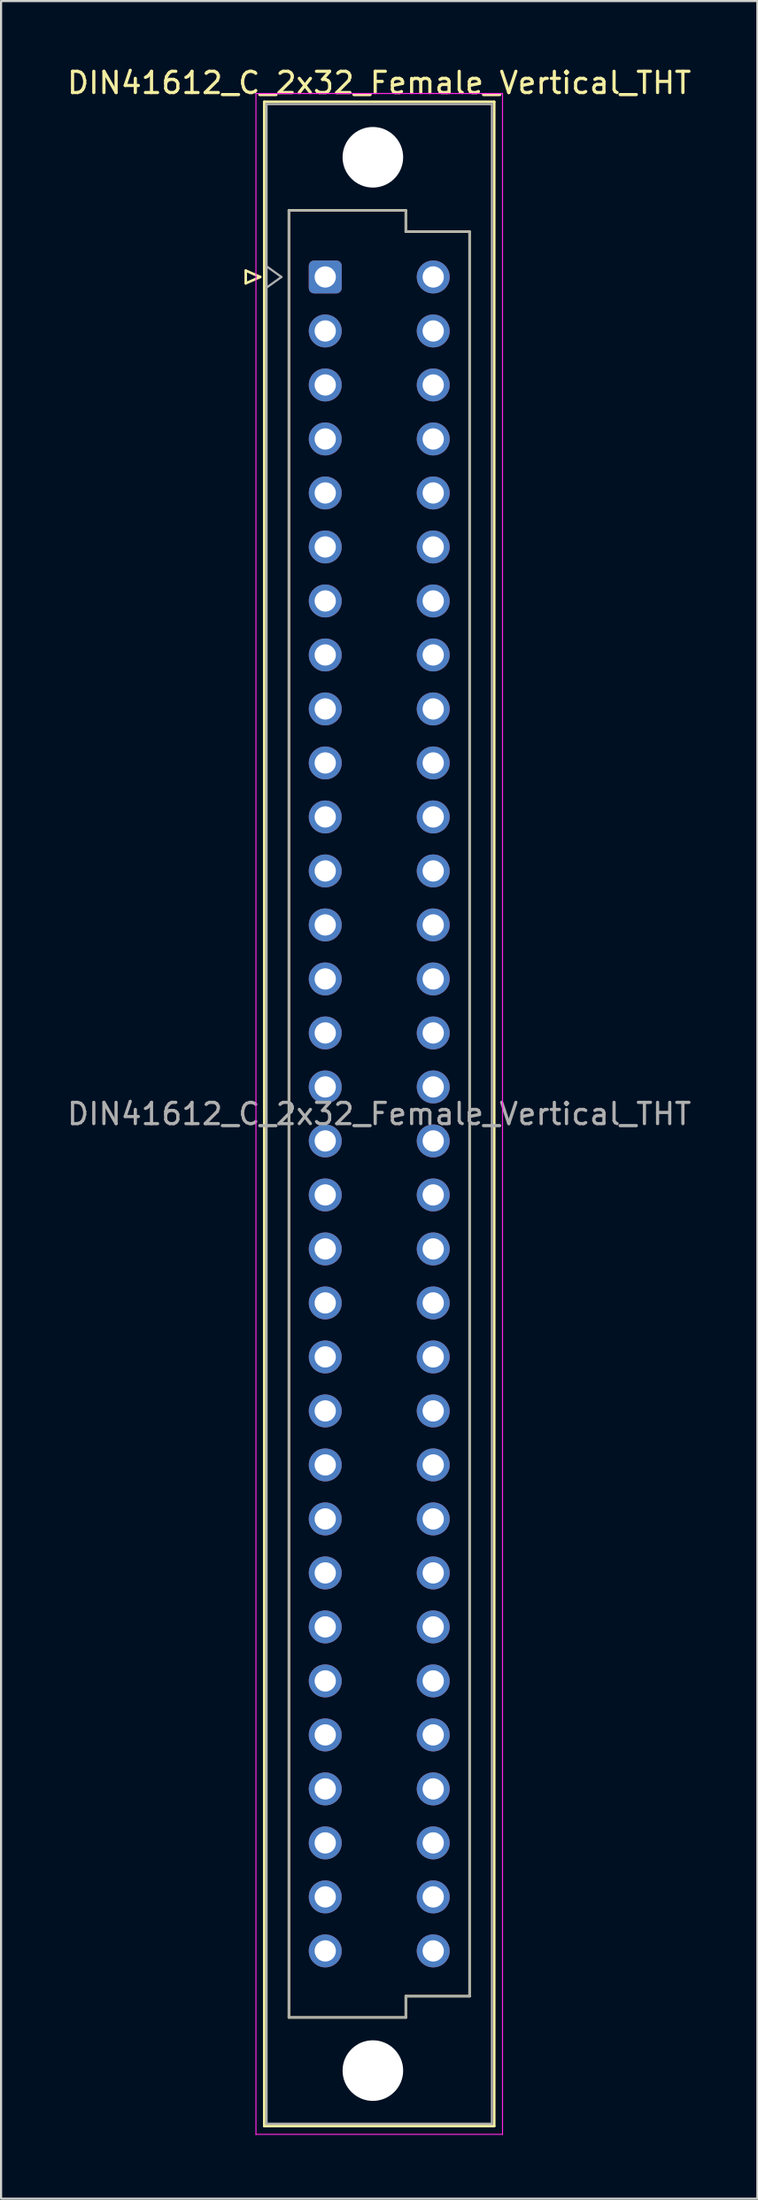
<source format=kicad_pcb>
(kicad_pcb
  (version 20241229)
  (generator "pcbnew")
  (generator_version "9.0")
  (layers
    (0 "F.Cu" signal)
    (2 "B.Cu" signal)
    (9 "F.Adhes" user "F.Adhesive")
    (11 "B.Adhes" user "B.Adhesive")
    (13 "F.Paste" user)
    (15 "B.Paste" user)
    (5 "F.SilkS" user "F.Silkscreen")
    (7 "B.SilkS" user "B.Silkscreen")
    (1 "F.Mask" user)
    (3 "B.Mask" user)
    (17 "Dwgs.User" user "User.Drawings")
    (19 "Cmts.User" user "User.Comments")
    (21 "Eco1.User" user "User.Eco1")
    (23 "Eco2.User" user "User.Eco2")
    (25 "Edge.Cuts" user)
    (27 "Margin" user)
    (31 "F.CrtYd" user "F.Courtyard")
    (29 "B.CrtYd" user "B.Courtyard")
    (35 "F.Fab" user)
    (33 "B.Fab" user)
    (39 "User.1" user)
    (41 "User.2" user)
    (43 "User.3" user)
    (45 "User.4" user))
  (footprint "DIN41612_C_2x32_Female_Vertical_THT"
    (layer "F.Cu")
    (at 12.252 9.978)
    (property "Reference" "DIN41612_C_2x32_Female_Vertical_THT" (at 2.54 -9.13 0) (layer "F.SilkS") (effects (font (size 1 1) (thickness 0.15))))
    (attr through_hole)
    (fp_line (start -3.74 -0.3) (end -3.74 0.3) (stroke (width 0.12) (type solid)) (layer "F.SilkS"))
    (fp_line (start -3.74 0.3) (end -3.06 0) (stroke (width 0.12) (type solid)) (layer "F.SilkS"))
    (fp_line (start -3.06 0) (end -3.74 -0.3) (stroke (width 0.12) (type solid)) (layer "F.SilkS"))
    (fp_line (start -2.87 -8.24) (end 7.95 -8.24) (stroke (width 0.12) (type solid)) (layer "F.SilkS"))
    (fp_line (start -2.87 86.98) (end -2.87 -8.24) (stroke (width 0.12) (type solid)) (layer "F.SilkS"))
    (fp_line (start -1.71 -3.131) (end 3.79 -3.131) (stroke (width 0.12) (type solid)) (layer "F.SilkS"))
    (fp_line (start -1.71 81.87) (end -1.71 -3.131) (stroke (width 0.12) (type solid)) (layer "F.SilkS"))
    (fp_line (start 3.79 -3.131) (end 3.79 -2.131) (stroke (width 0.12) (type solid)) (layer "F.SilkS"))
    (fp_line (start 3.79 -2.131) (end 6.79 -2.131) (stroke (width 0.12) (type solid)) (layer "F.SilkS"))
    (fp_line (start 3.79 80.87) (end 3.79 81.87) (stroke (width 0.12) (type solid)) (layer "F.SilkS"))
    (fp_line (start 3.79 81.87) (end -1.71 81.87) (stroke (width 0.12) (type solid)) (layer "F.SilkS"))
    (fp_line (start 6.79 -2.131) (end 6.79 80.87) (stroke (width 0.12) (type solid)) (layer "F.SilkS"))
    (fp_line (start 6.79 80.87) (end 3.79 80.87) (stroke (width 0.12) (type solid)) (layer "F.SilkS"))
    (fp_line (start 7.95 -8.24) (end 7.95 86.98) (stroke (width 0.12) (type solid)) (layer "F.SilkS"))
    (fp_line (start 7.95 86.98) (end -2.87 86.98) (stroke (width 0.12) (type solid)) (layer "F.SilkS"))
    (fp_line (start -3.26 -8.63) (end 8.34 -8.63) (stroke (width 0.05) (type solid)) (layer "F.CrtYd"))
    (fp_line (start -3.26 87.37) (end -3.26 -8.63) (stroke (width 0.05) (type solid)) (layer "F.CrtYd"))
    (fp_line (start 8.34 -8.63) (end 8.34 87.37) (stroke (width 0.05) (type solid)) (layer "F.CrtYd"))
    (fp_line (start 8.34 87.37) (end -3.26 87.37) (stroke (width 0.05) (type solid)) (layer "F.CrtYd"))
    (fp_line (start -2.76 -8.13) (end 7.84 -8.13) (stroke (width 0.1) (type solid)) (layer "F.Fab"))
    (fp_line (start -2.76 -0.5) (end -2.06 0) (stroke (width 0.1) (type solid)) (layer "F.Fab"))
    (fp_line (start -2.76 86.87) (end -2.76 -8.13) (stroke (width 0.1) (type solid)) (layer "F.Fab"))
    (fp_line (start -2.06 0) (end -2.76 0.5) (stroke (width 0.1) (type solid)) (layer "F.Fab"))
    (fp_line (start -1.71 -3.13) (end 3.79 -3.13) (stroke (width 0.1) (type solid)) (layer "F.Fab"))
    (fp_line (start -1.71 81.87) (end -1.71 -3.13) (stroke (width 0.1) (type solid)) (layer "F.Fab"))
    (fp_line (start 3.79 -3.13) (end 3.79 -2.13) (stroke (width 0.1) (type solid)) (layer "F.Fab"))
    (fp_line (start 3.79 -2.13) (end 6.79 -2.13) (stroke (width 0.1) (type solid)) (layer "F.Fab"))
    (fp_line (start 3.79 80.87) (end 3.79 81.87) (stroke (width 0.1) (type solid)) (layer "F.Fab"))
    (fp_line (start 3.79 81.87) (end -1.71 81.87) (stroke (width 0.1) (type solid)) (layer "F.Fab"))
    (fp_line (start 6.79 -2.13) (end 6.79 80.87) (stroke (width 0.1) (type solid)) (layer "F.Fab"))
    (fp_line (start 6.79 80.87) (end 3.79 80.87) (stroke (width 0.1) (type solid)) (layer "F.Fab"))
    (fp_line (start 7.84 -8.13) (end 7.84 86.87) (stroke (width 0.1) (type solid)) (layer "F.Fab"))
    (fp_line (start 7.84 86.87) (end -2.76 86.87) (stroke (width 0.1) (type solid)) (layer "F.Fab"))
    (fp_text user "${REFERENCE}" (at 2.54 39.37 0) (layer "F.Fab") (effects (font (size 1 1) (thickness 0.15))))
    (pad "" np_thru_hole circle (at 2.24 -5.63) (size 2.85 2.85) (drill 2.85) (layers "*.Cu" "*.Mask"))
    (pad "" np_thru_hole circle (at 2.24 84.37) (size 2.85 2.85) (drill 2.85) (layers "*.Cu" "*.Mask"))
    (pad "a1" thru_hole roundrect (at 0 0) (size 1.55 1.55) (drill 1) (layers "*.Cu" "*.Mask") (roundrect_rratio 0.161))
    (pad "a2" thru_hole circle (at 0 2.54) (size 1.55 1.55) (drill 1) (layers "*.Cu" "*.Mask"))
    (pad "a3" thru_hole circle (at 0 5.08) (size 1.55 1.55) (drill 1) (layers "*.Cu" "*.Mask"))
    (pad "a4" thru_hole circle (at 0 7.62) (size 1.55 1.55) (drill 1) (layers "*.Cu" "*.Mask"))
    (pad "a5" thru_hole circle (at 0 10.16) (size 1.55 1.55) (drill 1) (layers "*.Cu" "*.Mask"))
    (pad "a6" thru_hole circle (at 0 12.7) (size 1.55 1.55) (drill 1) (layers "*.Cu" "*.Mask"))
    (pad "a7" thru_hole circle (at 0 15.24) (size 1.55 1.55) (drill 1) (layers "*.Cu" "*.Mask"))
    (pad "a8" thru_hole circle (at 0 17.78) (size 1.55 1.55) (drill 1) (layers "*.Cu" "*.Mask"))
    (pad "a9" thru_hole circle (at 0 20.32) (size 1.55 1.55) (drill 1) (layers "*.Cu" "*.Mask"))
    (pad "a10" thru_hole circle (at 0 22.86) (size 1.55 1.55) (drill 1) (layers "*.Cu" "*.Mask"))
    (pad "a11" thru_hole circle (at 0 25.4) (size 1.55 1.55) (drill 1) (layers "*.Cu" "*.Mask"))
    (pad "a12" thru_hole circle (at 0 27.94) (size 1.55 1.55) (drill 1) (layers "*.Cu" "*.Mask"))
    (pad "a13" thru_hole circle (at 0 30.48) (size 1.55 1.55) (drill 1) (layers "*.Cu" "*.Mask"))
    (pad "a14" thru_hole circle (at 0 33.02) (size 1.55 1.55) (drill 1) (layers "*.Cu" "*.Mask"))
    (pad "a15" thru_hole circle (at 0 35.56) (size 1.55 1.55) (drill 1) (layers "*.Cu" "*.Mask"))
    (pad "a16" thru_hole circle (at 0 38.1) (size 1.55 1.55) (drill 1) (layers "*.Cu" "*.Mask"))
    (pad "a17" thru_hole circle (at 0 40.64) (size 1.55 1.55) (drill 1) (layers "*.Cu" "*.Mask"))
    (pad "a18" thru_hole circle (at 0 43.18) (size 1.55 1.55) (drill 1) (layers "*.Cu" "*.Mask"))
    (pad "a19" thru_hole circle (at 0 45.72) (size 1.55 1.55) (drill 1) (layers "*.Cu" "*.Mask"))
    (pad "a20" thru_hole circle (at 0 48.26) (size 1.55 1.55) (drill 1) (layers "*.Cu" "*.Mask"))
    (pad "a21" thru_hole circle (at 0 50.8) (size 1.55 1.55) (drill 1) (layers "*.Cu" "*.Mask"))
    (pad "a22" thru_hole circle (at 0 53.34) (size 1.55 1.55) (drill 1) (layers "*.Cu" "*.Mask"))
    (pad "a23" thru_hole circle (at 0 55.88) (size 1.55 1.55) (drill 1) (layers "*.Cu" "*.Mask"))
    (pad "a24" thru_hole circle (at 0 58.42) (size 1.55 1.55) (drill 1) (layers "*.Cu" "*.Mask"))
    (pad "a25" thru_hole circle (at 0 60.96) (size 1.55 1.55) (drill 1) (layers "*.Cu" "*.Mask"))
    (pad "a26" thru_hole circle (at 0 63.5) (size 1.55 1.55) (drill 1) (layers "*.Cu" "*.Mask"))
    (pad "a27" thru_hole circle (at 0 66.04) (size 1.55 1.55) (drill 1) (layers "*.Cu" "*.Mask"))
    (pad "a28" thru_hole circle (at 0 68.58) (size 1.55 1.55) (drill 1) (layers "*.Cu" "*.Mask"))
    (pad "a29" thru_hole circle (at 0 71.12) (size 1.55 1.55) (drill 1) (layers "*.Cu" "*.Mask"))
    (pad "a30" thru_hole circle (at 0 73.66) (size 1.55 1.55) (drill 1) (layers "*.Cu" "*.Mask"))
    (pad "a31" thru_hole circle (at 0 76.2) (size 1.55 1.55) (drill 1) (layers "*.Cu" "*.Mask"))
    (pad "a32" thru_hole circle (at 0 78.74) (size 1.55 1.55) (drill 1) (layers "*.Cu" "*.Mask"))
    (pad "c1" thru_hole circle (at 5.08 0) (size 1.55 1.55) (drill 1) (layers "*.Cu" "*.Mask"))
    (pad "c2" thru_hole circle (at 5.08 2.54) (size 1.55 1.55) (drill 1) (layers "*.Cu" "*.Mask"))
    (pad "c3" thru_hole circle (at 5.08 5.08) (size 1.55 1.55) (drill 1) (layers "*.Cu" "*.Mask"))
    (pad "c4" thru_hole circle (at 5.08 7.62) (size 1.55 1.55) (drill 1) (layers "*.Cu" "*.Mask"))
    (pad "c5" thru_hole circle (at 5.08 10.16) (size 1.55 1.55) (drill 1) (layers "*.Cu" "*.Mask"))
    (pad "c6" thru_hole circle (at 5.08 12.7) (size 1.55 1.55) (drill 1) (layers "*.Cu" "*.Mask"))
    (pad "c7" thru_hole circle (at 5.08 15.24) (size 1.55 1.55) (drill 1) (layers "*.Cu" "*.Mask"))
    (pad "c8" thru_hole circle (at 5.08 17.78) (size 1.55 1.55) (drill 1) (layers "*.Cu" "*.Mask"))
    (pad "c9" thru_hole circle (at 5.08 20.32) (size 1.55 1.55) (drill 1) (layers "*.Cu" "*.Mask"))
    (pad "c10" thru_hole circle (at 5.08 22.86) (size 1.55 1.55) (drill 1) (layers "*.Cu" "*.Mask"))
    (pad "c11" thru_hole circle (at 5.08 25.4) (size 1.55 1.55) (drill 1) (layers "*.Cu" "*.Mask"))
    (pad "c12" thru_hole circle (at 5.08 27.94) (size 1.55 1.55) (drill 1) (layers "*.Cu" "*.Mask"))
    (pad "c13" thru_hole circle (at 5.08 30.48) (size 1.55 1.55) (drill 1) (layers "*.Cu" "*.Mask"))
    (pad "c14" thru_hole circle (at 5.08 33.02) (size 1.55 1.55) (drill 1) (layers "*.Cu" "*.Mask"))
    (pad "c15" thru_hole circle (at 5.08 35.56) (size 1.55 1.55) (drill 1) (layers "*.Cu" "*.Mask"))
    (pad "c16" thru_hole circle (at 5.08 38.1) (size 1.55 1.55) (drill 1) (layers "*.Cu" "*.Mask"))
    (pad "c17" thru_hole circle (at 5.08 40.64) (size 1.55 1.55) (drill 1) (layers "*.Cu" "*.Mask"))
    (pad "c18" thru_hole circle (at 5.08 43.18) (size 1.55 1.55) (drill 1) (layers "*.Cu" "*.Mask"))
    (pad "c19" thru_hole circle (at 5.08 45.72) (size 1.55 1.55) (drill 1) (layers "*.Cu" "*.Mask"))
    (pad "c20" thru_hole circle (at 5.08 48.26) (size 1.55 1.55) (drill 1) (layers "*.Cu" "*.Mask"))
    (pad "c21" thru_hole circle (at 5.08 50.8) (size 1.55 1.55) (drill 1) (layers "*.Cu" "*.Mask"))
    (pad "c22" thru_hole circle (at 5.08 53.34) (size 1.55 1.55) (drill 1) (layers "*.Cu" "*.Mask"))
    (pad "c23" thru_hole circle (at 5.08 55.88) (size 1.55 1.55) (drill 1) (layers "*.Cu" "*.Mask"))
    (pad "c24" thru_hole circle (at 5.08 58.42) (size 1.55 1.55) (drill 1) (layers "*.Cu" "*.Mask"))
    (pad "c25" thru_hole circle (at 5.08 60.96) (size 1.55 1.55) (drill 1) (layers "*.Cu" "*.Mask"))
    (pad "c26" thru_hole circle (at 5.08 63.5) (size 1.55 1.55) (drill 1) (layers "*.Cu" "*.Mask"))
    (pad "c27" thru_hole circle (at 5.08 66.04) (size 1.55 1.55) (drill 1) (layers "*.Cu" "*.Mask"))
    (pad "c28" thru_hole circle (at 5.08 68.58) (size 1.55 1.55) (drill 1) (layers "*.Cu" "*.Mask"))
    (pad "c29" thru_hole circle (at 5.08 71.12) (size 1.55 1.55) (drill 1) (layers "*.Cu" "*.Mask"))
    (pad "c30" thru_hole circle (at 5.08 73.66) (size 1.55 1.55) (drill 1) (layers "*.Cu" "*.Mask"))
    (pad "c31" thru_hole circle (at 5.08 76.2) (size 1.55 1.55) (drill 1) (layers "*.Cu" "*.Mask"))
    (pad "c32" thru_hole circle (at 5.08 78.74) (size 1.55 1.55) (drill 1) (layers "*.Cu" "*.Mask")))
  (gr_rect
    (start -3 -3)
    (end 32.583 100.373)
    (stroke (width 0.1) (type default))
    (fill no)
    (layer "Edge.Cuts")))
</source>
